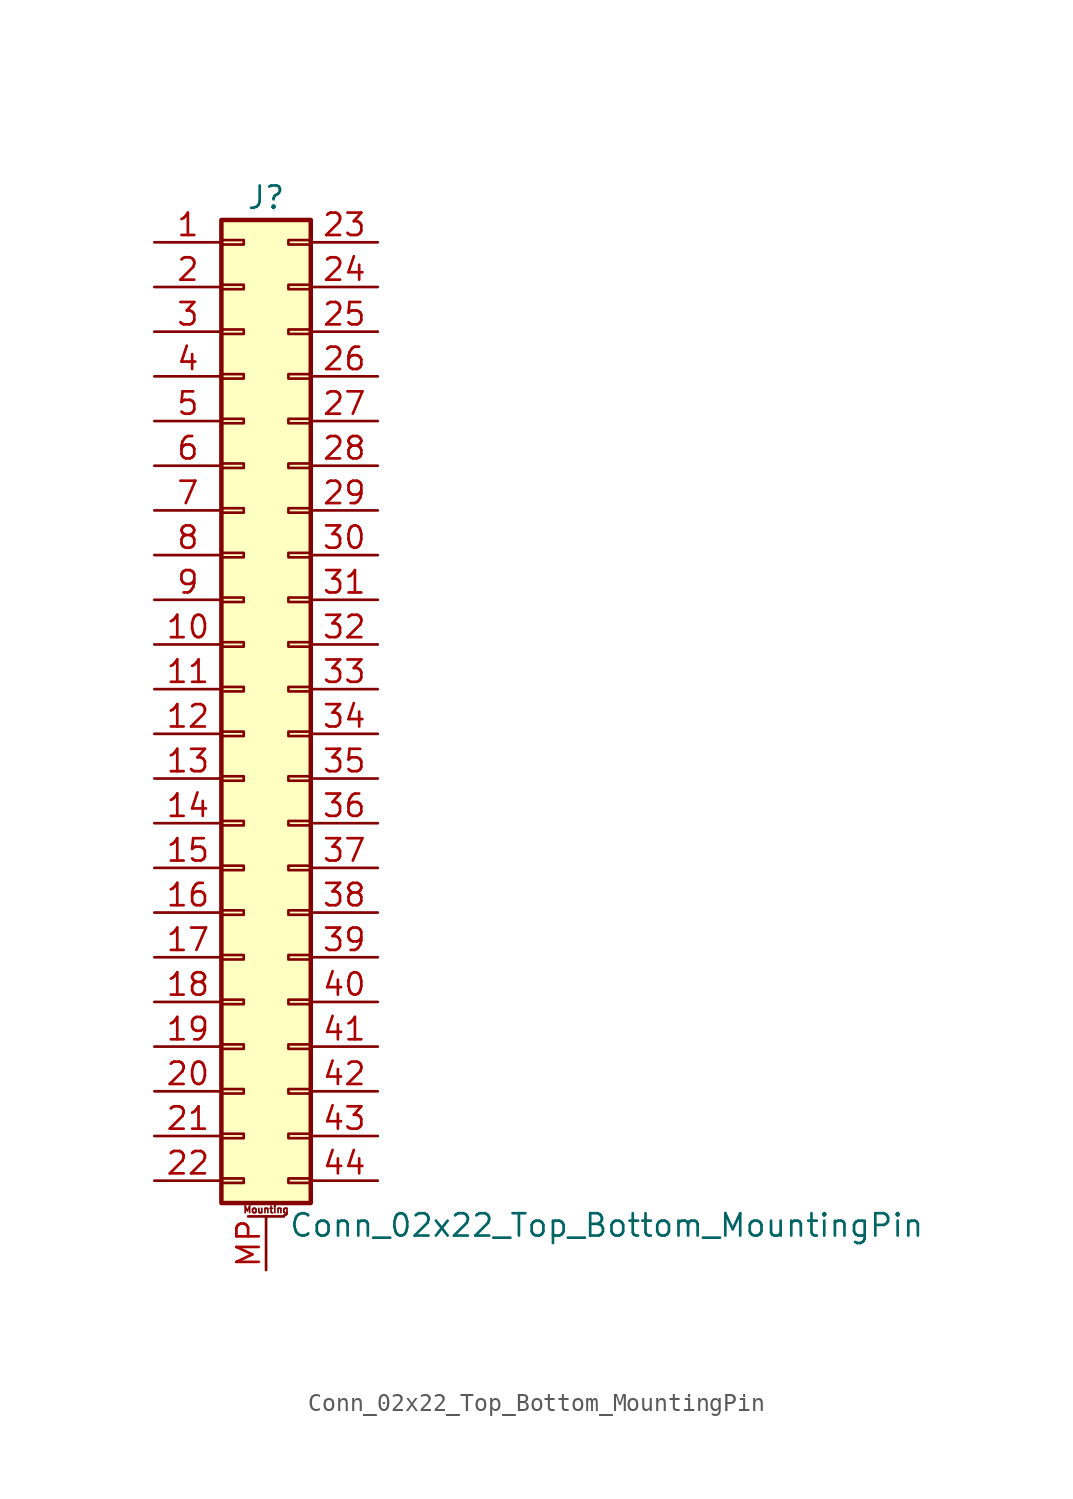
<source format=kicad_sym>
(kicad_symbol_lib
  (version 20211014)
  (generator kicad_symbol_editor)
  (symbol "Conn_02x22_Top_Bottom_MountingPin"
    (pin_names
      (offset 1.016) hide)
    (property "Reference" "J"
      (at 1.27 27.94 0)
      (effects (font (size 1.27 1.27))))
    (property "Value" "Conn_02x22_Top_Bottom_MountingPin"
      (at 2.54 -30.48 0)
      (effects (font (size 1.27 1.27)) (justify left)))
    (symbol "Conn_02x22_Top_Bottom_MountingPin_1_1"
      (rectangle (start -1.27 -27.813) (end 0 -28.067) (stroke (width 0.152) (type default) (color 0 0 0 0)) (fill (type none)))
      (rectangle (start -1.27 -25.273) (end 0 -25.527) (stroke (width 0.152) (type default) (color 0 0 0 0)) (fill (type none)))
      (rectangle (start -1.27 -22.733) (end 0 -22.987) (stroke (width 0.152) (type default) (color 0 0 0 0)) (fill (type none)))
      (rectangle (start -1.27 -20.193) (end 0 -20.447) (stroke (width 0.152) (type default) (color 0 0 0 0)) (fill (type none)))
      (rectangle (start -1.27 -17.653) (end 0 -17.907) (stroke (width 0.152) (type default) (color 0 0 0 0)) (fill (type none)))
      (rectangle (start -1.27 -15.113) (end 0 -15.367) (stroke (width 0.152) (type default) (color 0 0 0 0)) (fill (type none)))
      (rectangle (start -1.27 -12.573) (end 0 -12.827) (stroke (width 0.152) (type default) (color 0 0 0 0)) (fill (type none)))
      (rectangle (start -1.27 -10.033) (end 0 -10.287) (stroke (width 0.152) (type default) (color 0 0 0 0)) (fill (type none)))
      (rectangle (start -1.27 -7.493) (end 0 -7.747) (stroke (width 0.152) (type default) (color 0 0 0 0)) (fill (type none)))
      (rectangle (start -1.27 -4.953) (end 0 -5.207) (stroke (width 0.152) (type default) (color 0 0 0 0)) (fill (type none)))
      (rectangle (start -1.27 -2.413) (end 0 -2.667) (stroke (width 0.152) (type default) (color 0 0 0 0)) (fill (type none)))
      (rectangle (start -1.27 0.127) (end 0 -0.127) (stroke (width 0.152) (type default) (color 0 0 0 0)) (fill (type none)))
      (rectangle (start -1.27 2.667) (end 0 2.413) (stroke (width 0.152) (type default) (color 0 0 0 0)) (fill (type none)))
      (rectangle (start -1.27 5.207) (end 0 4.953) (stroke (width 0.152) (type default) (color 0 0 0 0)) (fill (type none)))
      (rectangle (start -1.27 7.747) (end 0 7.493) (stroke (width 0.152) (type default) (color 0 0 0 0)) (fill (type none)))
      (rectangle (start -1.27 10.287) (end 0 10.033) (stroke (width 0.152) (type default) (color 0 0 0 0)) (fill (type none)))
      (rectangle (start -1.27 12.827) (end 0 12.573) (stroke (width 0.152) (type default) (color 0 0 0 0)) (fill (type none)))
      (rectangle (start -1.27 15.367) (end 0 15.113) (stroke (width 0.152) (type default) (color 0 0 0 0)) (fill (type none)))
      (rectangle (start -1.27 17.907) (end 0 17.653) (stroke (width 0.152) (type default) (color 0 0 0 0)) (fill (type none)))
      (rectangle (start -1.27 20.447) (end 0 20.193) (stroke (width 0.152) (type default) (color 0 0 0 0)) (fill (type none)))
      (rectangle (start -1.27 22.987) (end 0 22.733) (stroke (width 0.152) (type default) (color 0 0 0 0)) (fill (type none)))
      (rectangle (start -1.27 25.527) (end 0 25.273) (stroke (width 0.152) (type default) (color 0 0 0 0)) (fill (type none)))
      (rectangle (start -1.27 26.67) (end 3.81 -29.21) (stroke (width 0.254) (type default) (color 0 0 0 0)) (fill (type background)))
      (polyline (pts (xy 0.254 -29.972) (xy 2.286 -29.972)) (stroke (width 0.152) (type default) (color 0 0 0 0)) (fill (type none)))
      (rectangle (start 3.81 -27.813) (end 2.54 -28.067) (stroke (width 0.152) (type default) (color 0 0 0 0)) (fill (type none)))
      (rectangle (start 3.81 -25.273) (end 2.54 -25.527) (stroke (width 0.152) (type default) (color 0 0 0 0)) (fill (type none)))
      (rectangle (start 3.81 -22.733) (end 2.54 -22.987) (stroke (width 0.152) (type default) (color 0 0 0 0)) (fill (type none)))
      (rectangle (start 3.81 -20.193) (end 2.54 -20.447) (stroke (width 0.152) (type default) (color 0 0 0 0)) (fill (type none)))
      (rectangle (start 3.81 -17.653) (end 2.54 -17.907) (stroke (width 0.152) (type default) (color 0 0 0 0)) (fill (type none)))
      (rectangle (start 3.81 -15.113) (end 2.54 -15.367) (stroke (width 0.152) (type default) (color 0 0 0 0)) (fill (type none)))
      (rectangle (start 3.81 -12.573) (end 2.54 -12.827) (stroke (width 0.152) (type default) (color 0 0 0 0)) (fill (type none)))
      (rectangle (start 3.81 -10.033) (end 2.54 -10.287) (stroke (width 0.152) (type default) (color 0 0 0 0)) (fill (type none)))
      (rectangle (start 3.81 -7.493) (end 2.54 -7.747) (stroke (width 0.152) (type default) (color 0 0 0 0)) (fill (type none)))
      (rectangle (start 3.81 -4.953) (end 2.54 -5.207) (stroke (width 0.152) (type default) (color 0 0 0 0)) (fill (type none)))
      (rectangle (start 3.81 -2.413) (end 2.54 -2.667) (stroke (width 0.152) (type default) (color 0 0 0 0)) (fill (type none)))
      (rectangle (start 3.81 0.127) (end 2.54 -0.127) (stroke (width 0.152) (type default) (color 0 0 0 0)) (fill (type none)))
      (rectangle (start 3.81 2.667) (end 2.54 2.413) (stroke (width 0.152) (type default) (color 0 0 0 0)) (fill (type none)))
      (rectangle (start 3.81 5.207) (end 2.54 4.953) (stroke (width 0.152) (type default) (color 0 0 0 0)) (fill (type none)))
      (rectangle (start 3.81 7.747) (end 2.54 7.493) (stroke (width 0.152) (type default) (color 0 0 0 0)) (fill (type none)))
      (rectangle (start 3.81 10.287) (end 2.54 10.033) (stroke (width 0.152) (type default) (color 0 0 0 0)) (fill (type none)))
      (rectangle (start 3.81 12.827) (end 2.54 12.573) (stroke (width 0.152) (type default) (color 0 0 0 0)) (fill (type none)))
      (rectangle (start 3.81 15.367) (end 2.54 15.113) (stroke (width 0.152) (type default) (color 0 0 0 0)) (fill (type none)))
      (rectangle (start 3.81 17.907) (end 2.54 17.653) (stroke (width 0.152) (type default) (color 0 0 0 0)) (fill (type none)))
      (rectangle (start 3.81 20.447) (end 2.54 20.193) (stroke (width 0.152) (type default) (color 0 0 0 0)) (fill (type none)))
      (rectangle (start 3.81 22.987) (end 2.54 22.733) (stroke (width 0.152) (type default) (color 0 0 0 0)) (fill (type none)))
      (rectangle (start 3.81 25.527) (end 2.54 25.273) (stroke (width 0.152) (type default) (color 0 0 0 0)) (fill (type none)))
      (text "Mounting" (at 1.27 -29.591 0) (effects (font (size 0.381 0.381))))
      (pin passive line (at -5.08 25.4 0) (length 3.81) (name "Pin_1" (effects (font (size 1.27 1.27)))) (number "1" (effects (font (size 1.27 1.27)))))
      (pin passive line (at -5.08 2.54 0) (length 3.81) (name "Pin_10" (effects (font (size 1.27 1.27)))) (number "10" (effects (font (size 1.27 1.27)))))
      (pin passive line (at -5.08 0 0) (length 3.81) (name "Pin_11" (effects (font (size 1.27 1.27)))) (number "11" (effects (font (size 1.27 1.27)))))
      (pin passive line (at -5.08 -2.54 0) (length 3.81) (name "Pin_12" (effects (font (size 1.27 1.27)))) (number "12" (effects (font (size 1.27 1.27)))))
      (pin passive line (at -5.08 -5.08 0) (length 3.81) (name "Pin_13" (effects (font (size 1.27 1.27)))) (number "13" (effects (font (size 1.27 1.27)))))
      (pin passive line (at -5.08 -7.62 0) (length 3.81) (name "Pin_14" (effects (font (size 1.27 1.27)))) (number "14" (effects (font (size 1.27 1.27)))))
      (pin passive line (at -5.08 -10.16 0) (length 3.81) (name "Pin_15" (effects (font (size 1.27 1.27)))) (number "15" (effects (font (size 1.27 1.27)))))
      (pin passive line (at -5.08 -12.7 0) (length 3.81) (name "Pin_16" (effects (font (size 1.27 1.27)))) (number "16" (effects (font (size 1.27 1.27)))))
      (pin passive line (at -5.08 -15.24 0) (length 3.81) (name "Pin_17" (effects (font (size 1.27 1.27)))) (number "17" (effects (font (size 1.27 1.27)))))
      (pin passive line (at -5.08 -17.78 0) (length 3.81) (name "Pin_18" (effects (font (size 1.27 1.27)))) (number "18" (effects (font (size 1.27 1.27)))))
      (pin passive line (at -5.08 -20.32 0) (length 3.81) (name "Pin_19" (effects (font (size 1.27 1.27)))) (number "19" (effects (font (size 1.27 1.27)))))
      (pin passive line (at -5.08 22.86 0) (length 3.81) (name "Pin_2" (effects (font (size 1.27 1.27)))) (number "2" (effects (font (size 1.27 1.27)))))
      (pin passive line (at -5.08 -22.86 0) (length 3.81) (name "Pin_20" (effects (font (size 1.27 1.27)))) (number "20" (effects (font (size 1.27 1.27)))))
      (pin passive line (at -5.08 -25.4 0) (length 3.81) (name "Pin_21" (effects (font (size 1.27 1.27)))) (number "21" (effects (font (size 1.27 1.27)))))
      (pin passive line (at -5.08 -27.94 0) (length 3.81) (name "Pin_22" (effects (font (size 1.27 1.27)))) (number "22" (effects (font (size 1.27 1.27)))))
      (pin passive line (at 7.62 25.4 180) (length 3.81) (name "Pin_23" (effects (font (size 1.27 1.27)))) (number "23" (effects (font (size 1.27 1.27)))))
      (pin passive line (at 7.62 22.86 180) (length 3.81) (name "Pin_24" (effects (font (size 1.27 1.27)))) (number "24" (effects (font (size 1.27 1.27)))))
      (pin passive line (at 7.62 20.32 180) (length 3.81) (name "Pin_25" (effects (font (size 1.27 1.27)))) (number "25" (effects (font (size 1.27 1.27)))))
      (pin passive line (at 7.62 17.78 180) (length 3.81) (name "Pin_26" (effects (font (size 1.27 1.27)))) (number "26" (effects (font (size 1.27 1.27)))))
      (pin passive line (at 7.62 15.24 180) (length 3.81) (name "Pin_27" (effects (font (size 1.27 1.27)))) (number "27" (effects (font (size 1.27 1.27)))))
      (pin passive line (at 7.62 12.7 180) (length 3.81) (name "Pin_28" (effects (font (size 1.27 1.27)))) (number "28" (effects (font (size 1.27 1.27)))))
      (pin passive line (at 7.62 10.16 180) (length 3.81) (name "Pin_29" (effects (font (size 1.27 1.27)))) (number "29" (effects (font (size 1.27 1.27)))))
      (pin passive line (at -5.08 20.32 0) (length 3.81) (name "Pin_3" (effects (font (size 1.27 1.27)))) (number "3" (effects (font (size 1.27 1.27)))))
      (pin passive line (at 7.62 7.62 180) (length 3.81) (name "Pin_30" (effects (font (size 1.27 1.27)))) (number "30" (effects (font (size 1.27 1.27)))))
      (pin passive line (at 7.62 5.08 180) (length 3.81) (name "Pin_31" (effects (font (size 1.27 1.27)))) (number "31" (effects (font (size 1.27 1.27)))))
      (pin passive line (at 7.62 2.54 180) (length 3.81) (name "Pin_32" (effects (font (size 1.27 1.27)))) (number "32" (effects (font (size 1.27 1.27)))))
      (pin passive line (at 7.62 0 180) (length 3.81) (name "Pin_33" (effects (font (size 1.27 1.27)))) (number "33" (effects (font (size 1.27 1.27)))))
      (pin passive line (at 7.62 -2.54 180) (length 3.81) (name "Pin_34" (effects (font (size 1.27 1.27)))) (number "34" (effects (font (size 1.27 1.27)))))
      (pin passive line (at 7.62 -5.08 180) (length 3.81) (name "Pin_35" (effects (font (size 1.27 1.27)))) (number "35" (effects (font (size 1.27 1.27)))))
      (pin passive line (at 7.62 -7.62 180) (length 3.81) (name "Pin_36" (effects (font (size 1.27 1.27)))) (number "36" (effects (font (size 1.27 1.27)))))
      (pin passive line (at 7.62 -10.16 180) (length 3.81) (name "Pin_37" (effects (font (size 1.27 1.27)))) (number "37" (effects (font (size 1.27 1.27)))))
      (pin passive line (at 7.62 -12.7 180) (length 3.81) (name "Pin_38" (effects (font (size 1.27 1.27)))) (number "38" (effects (font (size 1.27 1.27)))))
      (pin passive line (at 7.62 -15.24 180) (length 3.81) (name "Pin_39" (effects (font (size 1.27 1.27)))) (number "39" (effects (font (size 1.27 1.27)))))
      (pin passive line (at -5.08 17.78 0) (length 3.81) (name "Pin_4" (effects (font (size 1.27 1.27)))) (number "4" (effects (font (size 1.27 1.27)))))
      (pin passive line (at 7.62 -17.78 180) (length 3.81) (name "Pin_40" (effects (font (size 1.27 1.27)))) (number "40" (effects (font (size 1.27 1.27)))))
      (pin passive line (at 7.62 -20.32 180) (length 3.81) (name "Pin_41" (effects (font (size 1.27 1.27)))) (number "41" (effects (font (size 1.27 1.27)))))
      (pin passive line (at 7.62 -22.86 180) (length 3.81) (name "Pin_42" (effects (font (size 1.27 1.27)))) (number "42" (effects (font (size 1.27 1.27)))))
      (pin passive line (at 7.62 -25.4 180) (length 3.81) (name "Pin_43" (effects (font (size 1.27 1.27)))) (number "43" (effects (font (size 1.27 1.27)))))
      (pin passive line (at 7.62 -27.94 180) (length 3.81) (name "Pin_44" (effects (font (size 1.27 1.27)))) (number "44" (effects (font (size 1.27 1.27)))))
      (pin passive line (at -5.08 15.24 0) (length 3.81) (name "Pin_5" (effects (font (size 1.27 1.27)))) (number "5" (effects (font (size 1.27 1.27)))))
      (pin passive line (at -5.08 12.7 0) (length 3.81) (name "Pin_6" (effects (font (size 1.27 1.27)))) (number "6" (effects (font (size 1.27 1.27)))))
      (pin passive line (at -5.08 10.16 0) (length 3.81) (name "Pin_7" (effects (font (size 1.27 1.27)))) (number "7" (effects (font (size 1.27 1.27)))))
      (pin passive line (at -5.08 7.62 0) (length 3.81) (name "Pin_8" (effects (font (size 1.27 1.27)))) (number "8" (effects (font (size 1.27 1.27)))))
      (pin passive line (at -5.08 5.08 0) (length 3.81) (name "Pin_9" (effects (font (size 1.27 1.27)))) (number "9" (effects (font (size 1.27 1.27)))))
      (pin passive line (at 1.27 -33.02 90) (length 3.048) (name "MountPin" (effects (font (size 1.27 1.27)))) (number "MP" (effects (font (size 1.27 1.27))))))))
</source>
